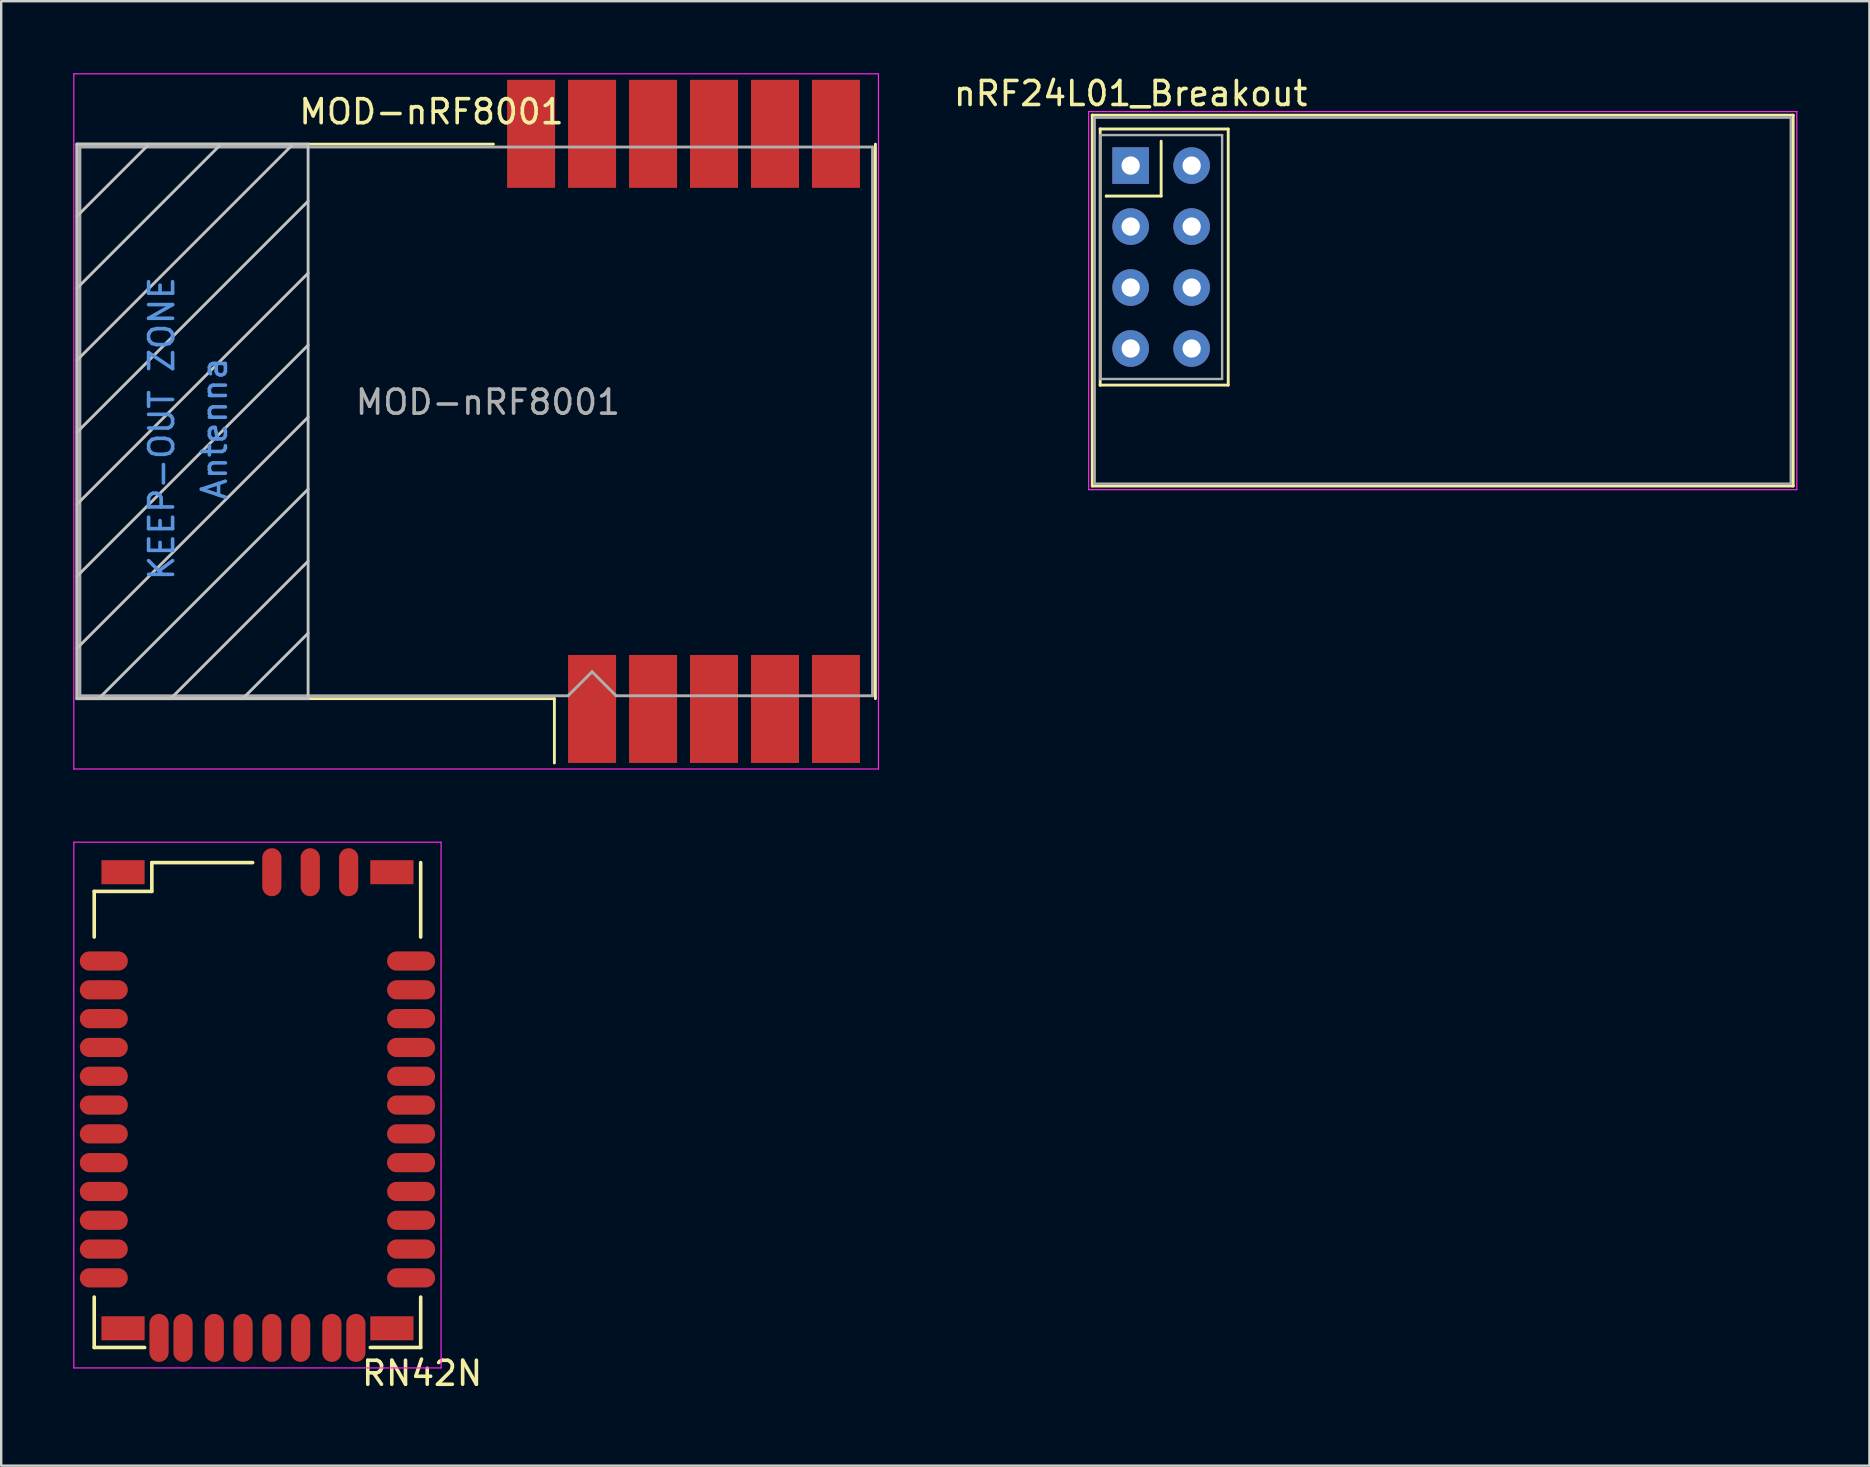
<source format=kicad_pcb>
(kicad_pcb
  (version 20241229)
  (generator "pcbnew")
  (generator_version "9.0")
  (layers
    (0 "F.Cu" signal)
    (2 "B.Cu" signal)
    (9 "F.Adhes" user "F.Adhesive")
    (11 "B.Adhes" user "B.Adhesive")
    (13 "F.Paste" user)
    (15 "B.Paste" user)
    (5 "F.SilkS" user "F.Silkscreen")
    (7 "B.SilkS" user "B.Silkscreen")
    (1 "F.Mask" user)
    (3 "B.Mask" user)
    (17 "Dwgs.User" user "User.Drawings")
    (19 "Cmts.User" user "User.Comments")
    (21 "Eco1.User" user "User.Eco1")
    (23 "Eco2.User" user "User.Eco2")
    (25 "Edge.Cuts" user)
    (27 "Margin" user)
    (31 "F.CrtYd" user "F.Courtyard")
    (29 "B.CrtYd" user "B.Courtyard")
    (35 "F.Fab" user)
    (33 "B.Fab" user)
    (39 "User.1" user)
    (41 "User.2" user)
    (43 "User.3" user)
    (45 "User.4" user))
  (footprint "nRF24L01_Breakout"
    (layer "F.Cu")
    (at 44.052 3.848)
    (property "Reference" "nRF24L01_Breakout" (at 0 -3 0) (layer "F.SilkS") (effects (font (size 1 1) (thickness 0.15))))
    (attr through_hole)
    (fp_line (start -1.6 -2.1) (end -1.6 -2.1) (stroke (width 0.12) (type solid)) (layer "F.SilkS"))
    (fp_line (start -1.6 -2.1) (end 27.6 -2.1) (stroke (width 0.12) (type solid)) (layer "F.SilkS"))
    (fp_line (start -1.6 13.35) (end -1.6 -2.1) (stroke (width 0.12) (type solid)) (layer "F.SilkS"))
    (fp_line (start -1.27 -1.524) (end -1.27 -1.524) (stroke (width 0.12) (type solid)) (layer "F.SilkS"))
    (fp_line (start -1.27 -1.524) (end 4.064 -1.524) (stroke (width 0.12) (type solid)) (layer "F.SilkS"))
    (fp_line (start -1.27 9.144) (end -1.27 -1.524) (stroke (width 0.12) (type solid)) (layer "F.SilkS"))
    (fp_line (start -1.27 9.144) (end -1.27 9.144) (stroke (width 0.12) (type solid)) (layer "F.SilkS"))
    (fp_line (start -1.016 1.27) (end -1.016 1.27) (stroke (width 0.12) (type solid)) (layer "F.SilkS"))
    (fp_line (start 1.27 -1.016) (end 1.27 1.27) (stroke (width 0.12) (type solid)) (layer "F.SilkS"))
    (fp_line (start 1.27 1.27) (end -1.016 1.27) (stroke (width 0.12) (type solid)) (layer "F.SilkS"))
    (fp_line (start 4.064 -1.524) (end 4.064 9.144) (stroke (width 0.12) (type solid)) (layer "F.SilkS"))
    (fp_line (start 4.064 9.144) (end -1.27 9.144) (stroke (width 0.12) (type solid)) (layer "F.SilkS"))
    (fp_line (start 27.6 -2.1) (end 27.6 13.35) (stroke (width 0.12) (type solid)) (layer "F.SilkS"))
    (fp_line (start 27.6 13.35) (end -1.6 13.35) (stroke (width 0.12) (type solid)) (layer "F.SilkS"))
    (fp_line (start -1.75 -2.25) (end -1.75 13.5) (stroke (width 0.05) (type solid)) (layer "F.CrtYd"))
    (fp_line (start -1.75 13.5) (end 27.75 13.5) (stroke (width 0.05) (type solid)) (layer "F.CrtYd"))
    (fp_line (start 27.75 -2.25) (end -1.75 -2.25) (stroke (width 0.05) (type solid)) (layer "F.CrtYd"))
    (fp_line (start 27.75 -2.25) (end 27.75 -2.25) (stroke (width 0.05) (type solid)) (layer "F.CrtYd"))
    (fp_line (start 27.75 13.5) (end 27.75 -2.25) (stroke (width 0.05) (type solid)) (layer "F.CrtYd"))
    (fp_line (start -1.5 -2) (end -1.5 -2) (stroke (width 0.1) (type solid)) (layer "F.Fab"))
    (fp_line (start -1.5 -2) (end 27.5 -2) (stroke (width 0.1) (type solid)) (layer "F.Fab"))
    (fp_line (start -1.5 13.25) (end -1.5 -2) (stroke (width 0.1) (type solid)) (layer "F.Fab"))
    (fp_line (start -1.27 -1.27) (end -1.27 -1.27) (stroke (width 0.1) (type solid)) (layer "F.Fab"))
    (fp_line (start -1.27 -1.27) (end 3.81 -1.27) (stroke (width 0.1) (type solid)) (layer "F.Fab"))
    (fp_line (start -1.27 8.89) (end -1.27 -1.27) (stroke (width 0.1) (type solid)) (layer "F.Fab"))
    (fp_line (start 3.81 -1.27) (end 3.81 8.89) (stroke (width 0.1) (type solid)) (layer "F.Fab"))
    (fp_line (start 3.81 8.89) (end -1.27 8.89) (stroke (width 0.1) (type solid)) (layer "F.Fab"))
    (fp_line (start 27.5 -2) (end 27.5 13.25) (stroke (width 0.1) (type solid)) (layer "F.Fab"))
    (fp_line (start 27.5 13.25) (end -1.5 13.25) (stroke (width 0.1) (type solid)) (layer "F.Fab"))
    (pad "1" thru_hole rect (at 0 0) (size 1.524 1.524) (drill 0.762) (layers "*.Cu" "*.Mask"))
    (pad "2" thru_hole circle (at 2.54 0) (size 1.524 1.524) (drill 0.762) (layers "*.Cu" "*.Mask"))
    (pad "3" thru_hole circle (at 0 2.54) (size 1.524 1.524) (drill 0.762) (layers "*.Cu" "*.Mask"))
    (pad "4" thru_hole circle (at 2.54 2.54) (size 1.524 1.524) (drill 0.762) (layers "*.Cu" "*.Mask"))
    (pad "5" thru_hole circle (at 0 5.08) (size 1.524 1.524) (drill 0.762) (layers "*.Cu" "*.Mask"))
    (pad "6" thru_hole circle (at 2.54 5.08) (size 1.524 1.524) (drill 0.762) (layers "*.Cu" "*.Mask"))
    (pad "7" thru_hole circle (at 0 7.62) (size 1.524 1.524) (drill 0.762) (layers "*.Cu" "*.Mask"))
    (pad "8" thru_hole circle (at 2.54 7.62) (size 1.524 1.524) (drill 0.762) (layers "*.Cu" "*.Mask")))
  (footprint "MOD-nRF8001"
    (layer "F.Cu")
    (at 16.785 14.505)
    (property "Reference" "MOD-nRF8001" (at -1.86 -12.9 0) (layer "F.SilkS") (effects (font (size 1 1) (thickness 0.15))))
    (attr smd)
    (fp_line (start -16.626 -11.55) (end 0.72 -11.55) (stroke (width 0.12) (type solid)) (layer "F.SilkS"))
    (fp_line (start -16.626 11.55) (end -16.626 -11.55) (stroke (width 0.12) (type solid)) (layer "F.SilkS"))
    (fp_line (start 3.26 11.55) (end -16.626 11.55) (stroke (width 0.12) (type solid)) (layer "F.SilkS"))
    (fp_line (start 3.26 11.55) (end 3.26 14.23) (stroke (width 0.12) (type solid)) (layer "F.SilkS"))
    (fp_line (start 16.634 -11.55) (end 16.634 11.55) (stroke (width 0.12) (type solid)) (layer "F.SilkS"))
    (fp_line (start -16.626 -11.55) (end -7 -11.55) (stroke (width 0.12) (type solid)) (layer "Dwgs.User"))
    (fp_line (start -16.626 -8.55) (end -13.626 -11.55) (stroke (width 0.12) (type solid)) (layer "Dwgs.User"))
    (fp_line (start -16.626 -5.55) (end -10.626 -11.55) (stroke (width 0.12) (type solid)) (layer "Dwgs.User"))
    (fp_line (start -16.626 -2.55) (end -7.626 -11.55) (stroke (width 0.12) (type solid)) (layer "Dwgs.User"))
    (fp_line (start -16.626 0.45) (end -7 -9.176) (stroke (width 0.12) (type solid)) (layer "Dwgs.User"))
    (fp_line (start -16.626 3.45) (end -7 -6.176) (stroke (width 0.12) (type solid)) (layer "Dwgs.User"))
    (fp_line (start -16.626 6.45) (end -7 -3.176) (stroke (width 0.12) (type solid)) (layer "Dwgs.User"))
    (fp_line (start -16.626 9.45) (end -7 -0.176) (stroke (width 0.12) (type solid)) (layer "Dwgs.User"))
    (fp_line (start -16.626 11.55) (end -16.626 -11.55) (stroke (width 0.12) (type solid)) (layer "Dwgs.User"))
    (fp_line (start -15.726 11.55) (end -7 2.824) (stroke (width 0.12) (type solid)) (layer "Dwgs.User"))
    (fp_line (start -12.726 11.55) (end -7 5.824) (stroke (width 0.12) (type solid)) (layer "Dwgs.User"))
    (fp_line (start -9.726 11.55) (end -7 8.824) (stroke (width 0.12) (type solid)) (layer "Dwgs.User"))
    (fp_line (start -7 -11.55) (end -7 11.55) (stroke (width 0.12) (type solid)) (layer "Dwgs.User"))
    (fp_line (start -7 11.55) (end -16.626 11.55) (stroke (width 0.12) (type solid)) (layer "Dwgs.User"))
    (fp_line (start -16.76 -14.48) (end 16.76 -14.48) (stroke (width 0.05) (type solid)) (layer "F.CrtYd"))
    (fp_line (start -16.76 14.48) (end -16.76 -14.48) (stroke (width 0.05) (type solid)) (layer "F.CrtYd"))
    (fp_line (start 16.76 -14.48) (end 16.76 14.48) (stroke (width 0.05) (type solid)) (layer "F.CrtYd"))
    (fp_line (start 16.76 14.48) (end -16.76 14.48) (stroke (width 0.05) (type solid)) (layer "F.CrtYd"))
    (fp_line (start -16.506 -11.43) (end 16.514 -11.43) (stroke (width 0.12) (type solid)) (layer "F.Fab"))
    (fp_line (start -16.506 11.43) (end -16.506 -11.43) (stroke (width 0.12) (type solid)) (layer "F.Fab"))
    (fp_line (start 3.83 11.43) (end -16.506 11.43) (stroke (width 0.12) (type solid)) (layer "F.Fab"))
    (fp_line (start 4.83 10.43) (end 3.83 11.43) (stroke (width 0.12) (type solid)) (layer "F.Fab"))
    (fp_line (start 5.83 11.43) (end 4.83 10.43) (stroke (width 0.12) (type solid)) (layer "F.Fab"))
    (fp_line (start 16.514 -11.43) (end 16.514 11.43) (stroke (width 0.12) (type solid)) (layer "F.Fab"))
    (fp_line (start 16.514 11.43) (end 5.83 11.43) (stroke (width 0.12) (type solid)) (layer "F.Fab"))
    (fp_text user "KEEP-OUT ZONE" (at -13.1 0.3 90) (layer "Cmts.User") (effects (font (size 1 1) (thickness 0.15))))
    (fp_text user "Antenna" (at -10.9 0.3 90) (layer "Cmts.User") (effects (font (size 1 1) (thickness 0.15))))
    (fp_text user "${REFERENCE}" (at 0.49 -0.8 0) (layer "F.Fab") (effects (font (size 1 1) (thickness 0.15))))
    (pad "1" smd rect (at 4.83 11.98) (size 2 4.5) (layers "F.Cu" "F.Mask" "F.Paste"))
    (pad "2" smd rect (at 7.37 11.98) (size 2 4.5) (layers "F.Cu" "F.Mask" "F.Paste"))
    (pad "3" smd rect (at 9.91 11.98) (size 2 4.5) (layers "F.Cu" "F.Mask" "F.Paste"))
    (pad "4" smd rect (at 12.45 11.98) (size 2 4.5) (layers "F.Cu" "F.Mask" "F.Paste"))
    (pad "5" smd rect (at 14.99 11.98) (size 2 4.5) (layers "F.Cu" "F.Mask" "F.Paste"))
    (pad "6" smd rect (at 14.99 -11.98) (size 2 4.5) (layers "F.Cu" "F.Mask" "F.Paste"))
    (pad "7" smd rect (at 12.45 -11.98) (size 2 4.5) (layers "F.Cu" "F.Mask" "F.Paste"))
    (pad "8" smd rect (at 9.91 -11.98) (size 2 4.5) (layers "F.Cu" "F.Mask" "F.Paste"))
    (pad "9" smd rect (at 7.37 -11.98) (size 2 4.5) (layers "F.Cu" "F.Mask" "F.Paste"))
    (pad "10" smd rect (at 4.83 -11.98) (size 2 4.5) (layers "F.Cu" "F.Mask" "F.Paste"))
    (pad "11" smd rect (at 2.29 -11.98) (size 2 4.5) (layers "F.Cu" "F.Mask" "F.Paste")))
  (footprint "RN42N"
    (layer "F.Cu")
    (at 7.675 42.985)
    (property "Reference" "RN42N" (at 6.858 11.176 0) (layer "F.SilkS") (effects (font (size 1 1) (thickness 0.15))))
    (attr smd)
    (fp_line (start -6.8 -8.9) (end -4.4 -8.9) (stroke (width 0.15) (type solid)) (layer "F.SilkS"))
    (fp_line (start -6.8 -7) (end -6.8 -8.9) (stroke (width 0.15) (type solid)) (layer "F.SilkS"))
    (fp_line (start -6.8 10.1) (end -6.8 8) (stroke (width 0.15) (type solid)) (layer "F.SilkS"))
    (fp_line (start -4.7 10.1) (end -6.8 10.1) (stroke (width 0.15) (type solid)) (layer "F.SilkS"))
    (fp_line (start -4.4 -10.1) (end -4.4 -8.9) (stroke (width 0.15) (type solid)) (layer "F.SilkS"))
    (fp_line (start -4.4 -10.1) (end -0.2 -10.1) (stroke (width 0.15) (type solid)) (layer "F.SilkS"))
    (fp_line (start 4.7 10.1) (end 6.8 10.1) (stroke (width 0.15) (type solid)) (layer "F.SilkS"))
    (fp_line (start 6.8 -10.1) (end 6.8 -7) (stroke (width 0.15) (type solid)) (layer "F.SilkS"))
    (fp_line (start 6.8 10.1) (end 6.8 8) (stroke (width 0.15) (type solid)) (layer "F.SilkS"))
    (fp_line (start -7.65 -10.95) (end 7.65 -10.95) (stroke (width 0.05) (type solid)) (layer "F.CrtYd"))
    (fp_line (start -7.65 10.95) (end -7.65 -10.95) (stroke (width 0.05) (type solid)) (layer "F.CrtYd"))
    (fp_line (start 7.65 -10.95) (end 7.65 10.95) (stroke (width 0.05) (type solid)) (layer "F.CrtYd"))
    (fp_line (start 7.65 10.95) (end -7.65 10.95) (stroke (width 0.05) (type solid)) (layer "F.CrtYd"))
    (pad "1" smd oval (at -6.4 -6) (size 2 0.8) (layers "F.Cu" "F.Mask" "F.Paste"))
    (pad "2" smd oval (at -6.4 -4.8) (size 2 0.8) (layers "F.Cu" "F.Mask" "F.Paste"))
    (pad "3" smd oval (at -6.4 -3.6) (size 2 0.8) (layers "F.Cu" "F.Mask" "F.Paste"))
    (pad "4" smd oval (at -6.4 -2.4) (size 2 0.8) (layers "F.Cu" "F.Mask" "F.Paste"))
    (pad "5" smd oval (at -6.4 -1.2) (size 2 0.8) (layers "F.Cu" "F.Mask" "F.Paste"))
    (pad "6" smd oval (at -6.4 0) (size 2 0.8) (layers "F.Cu" "F.Mask" "F.Paste"))
    (pad "7" smd oval (at -6.4 1.2) (size 2 0.8) (layers "F.Cu" "F.Mask" "F.Paste"))
    (pad "8" smd oval (at -6.4 2.4) (size 2 0.8) (layers "F.Cu" "F.Mask" "F.Paste"))
    (pad "9" smd oval (at -6.4 3.6) (size 2 0.8) (layers "F.Cu" "F.Mask" "F.Paste"))
    (pad "10" smd oval (at -6.4 4.8) (size 2 0.8) (layers "F.Cu" "F.Mask" "F.Paste"))
    (pad "11" smd oval (at -6.4 6) (size 2 0.8) (layers "F.Cu" "F.Mask" "F.Paste"))
    (pad "12" smd oval (at -6.4 7.2) (size 2 0.8) (layers "F.Cu" "F.Mask" "F.Paste"))
    (pad "13" smd oval (at 6.4 7.2) (size 2 0.8) (layers "F.Cu" "F.Mask" "F.Paste"))
    (pad "14" smd oval (at 6.4 6) (size 2 0.8) (layers "F.Cu" "F.Mask" "F.Paste"))
    (pad "15" smd oval (at 6.4 4.8) (size 2 0.8) (layers "F.Cu" "F.Mask" "F.Paste"))
    (pad "16" smd oval (at 6.4 3.6) (size 2 0.8) (layers "F.Cu" "F.Mask" "F.Paste"))
    (pad "17" smd oval (at 6.4 2.4) (size 2 0.8) (layers "F.Cu" "F.Mask" "F.Paste"))
    (pad "18" smd oval (at 6.4 1.2) (size 2 0.8) (layers "F.Cu" "F.Mask" "F.Paste"))
    (pad "19" smd oval (at 6.4 0) (size 2 0.8) (layers "F.Cu" "F.Mask" "F.Paste"))
    (pad "20" smd oval (at 6.4 -1.2) (size 2 0.8) (layers "F.Cu" "F.Mask" "F.Paste"))
    (pad "21" smd oval (at 6.4 -2.4) (size 2 0.8) (layers "F.Cu" "F.Mask" "F.Paste"))
    (pad "22" smd oval (at 6.4 -3.6) (size 2 0.8) (layers "F.Cu" "F.Mask" "F.Paste"))
    (pad "23" smd oval (at 6.4 -4.8) (size 2 0.8) (layers "F.Cu" "F.Mask" "F.Paste"))
    (pad "24" smd oval (at 6.4 -6) (size 2 0.8) (layers "F.Cu" "F.Mask" "F.Paste"))
    (pad "25" smd oval (at 3.8 -9.7 90) (size 2 0.8) (layers "F.Cu" "F.Mask" "F.Paste"))
    (pad "26" smd oval (at 2.2 -9.7 90) (size 2 0.8) (layers "F.Cu" "F.Mask" "F.Paste"))
    (pad "27" smd oval (at 0.6 -9.7 90) (size 2 0.8) (layers "F.Cu" "F.Mask" "F.Paste"))
    (pad "28" smd oval (at 3.1 9.7 90) (size 2 0.8) (layers "F.Cu" "F.Mask" "F.Paste"))
    (pad "29" smd oval (at -3.1 9.7 90) (size 2 0.8) (layers "F.Cu" "F.Mask" "F.Paste"))
    (pad "30" smd oval (at 4.1 9.7 90) (size 2 0.8) (layers "F.Cu" "F.Mask" "F.Paste"))
    (pad "31" smd oval (at 1.8 9.7 90) (size 2 0.8) (layers "F.Cu" "F.Mask" "F.Paste"))
    (pad "32" smd oval (at 0.6 9.7 90) (size 2 0.8) (layers "F.Cu" "F.Mask" "F.Paste"))
    (pad "33" smd oval (at -0.6 9.7 90) (size 2 0.8) (layers "F.Cu" "F.Mask" "F.Paste"))
    (pad "34" smd oval (at -1.8 9.7 90) (size 2 0.8) (layers "F.Cu" "F.Mask" "F.Paste"))
    (pad "35" smd oval (at -4.1 9.7 90) (size 2 0.8) (layers "F.Cu" "F.Mask" "F.Paste"))
    (pad "36" smd rect (at -5.6 -9.7) (size 1.8 1) (layers "F.Cu" "F.Mask" "F.Paste"))
    (pad "36" smd rect (at -5.6 9.3) (size 1.8 1) (layers "F.Cu" "F.Mask" "F.Paste"))
    (pad "36" smd rect (at 5.6 -9.7) (size 1.8 1) (layers "F.Cu" "F.Mask" "F.Paste"))
    (pad "36" smd rect (at 5.6 9.3) (size 1.8 1) (layers "F.Cu" "F.Mask" "F.Paste")))
  (gr_rect
    (start -3 -3)
    (end 74.827 58.009)
    (stroke (width 0.1) (type default))
    (fill no)
    (layer "Edge.Cuts")))
</source>
